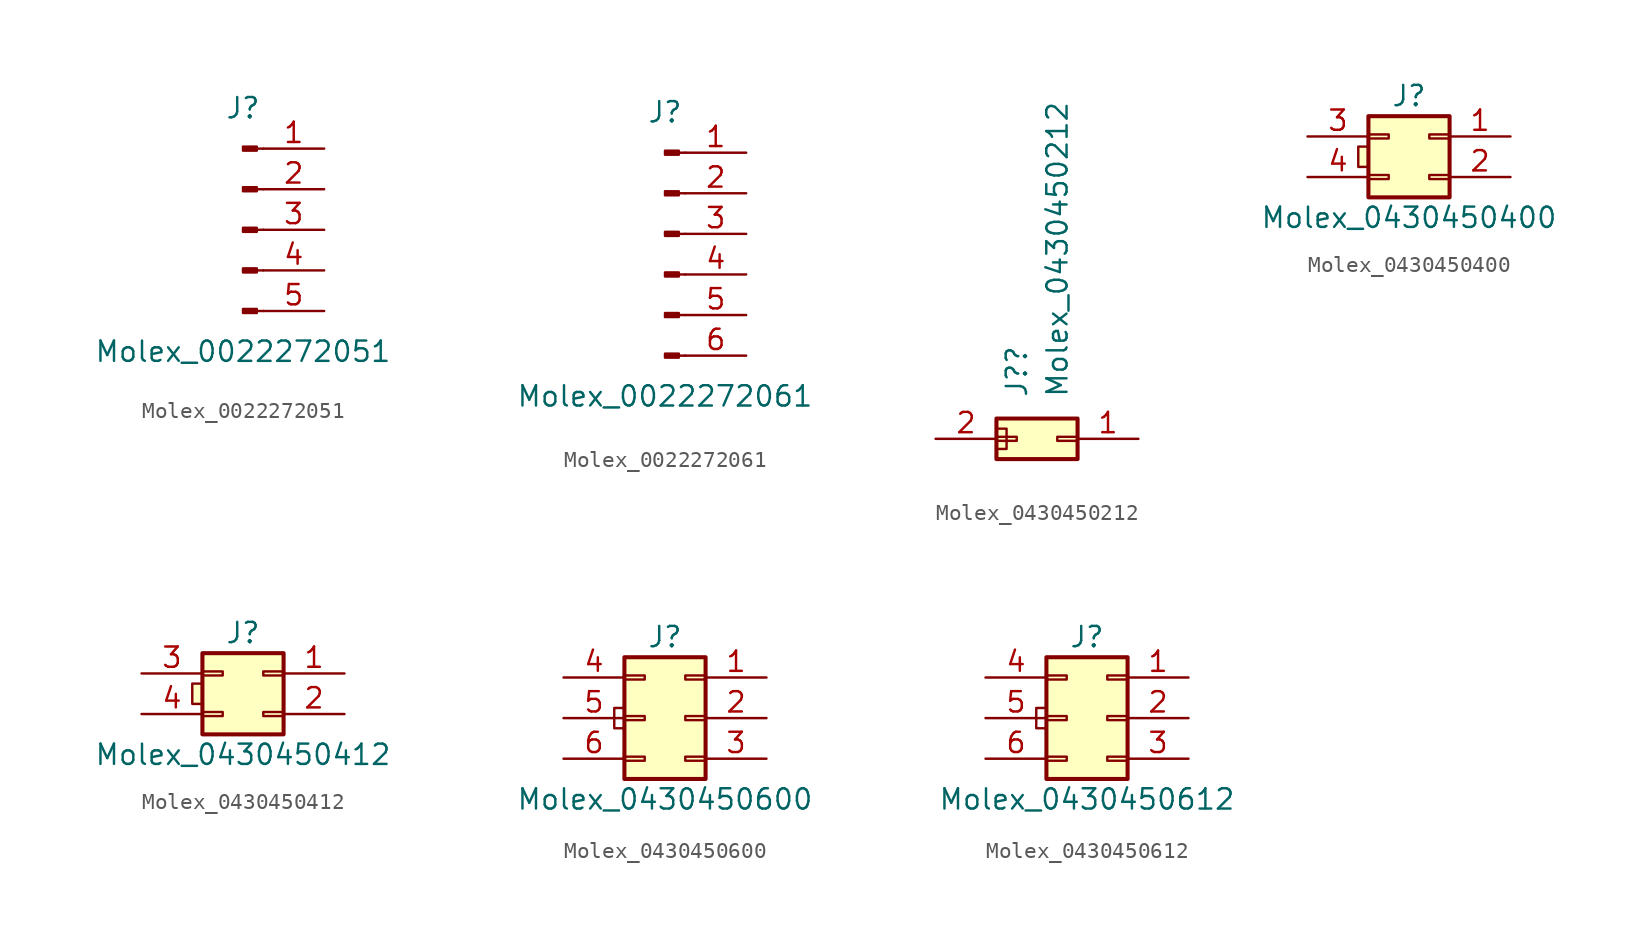
<source format=kicad_sym>
(kicad_symbol_lib
  (version 20231120)
  (generator "kicad_symbol_editor")
  (generator_version "8.0")
  (symbol "Molex_0022272051"
    (pin_names
      (offset 1.27))
    (property "Reference" "J"
      (at 0 7.62 0)
      (effects (font (size 1.27 1.27))))
    (property "Value" "Molex_0022272051"
      (at 0 -7.62 0)
      (effects (font (size 1.27 1.27))))
    (symbol "Molex_0022272051_1_1"
      (polyline (pts (xy 1.27 -5.08) (xy 0.864 -5.08)) (stroke (width 0.152) (type default)) (fill (type none)))
      (polyline (pts (xy 1.27 -2.54) (xy 0.864 -2.54)) (stroke (width 0.152) (type default)) (fill (type none)))
      (polyline (pts (xy 1.27 0) (xy 0.864 0)) (stroke (width 0.152) (type default)) (fill (type none)))
      (polyline (pts (xy 1.27 2.54) (xy 0.864 2.54)) (stroke (width 0.152) (type default)) (fill (type none)))
      (polyline (pts (xy 1.27 5.08) (xy 0.864 5.08)) (stroke (width 0.152) (type default)) (fill (type none)))
      (rectangle (start 0.864 -4.953) (end 0 -5.207) (stroke (width 0.152) (type default)) (fill (type outline)))
      (rectangle (start 0.864 -2.413) (end 0 -2.667) (stroke (width 0.152) (type default)) (fill (type outline)))
      (rectangle (start 0.864 0.127) (end 0 -0.127) (stroke (width 0.152) (type default)) (fill (type outline)))
      (rectangle (start 0.864 2.667) (end 0 2.413) (stroke (width 0.152) (type default)) (fill (type outline)))
      (rectangle (start 0.864 5.207) (end 0 4.953) (stroke (width 0.152) (type default)) (fill (type outline)))
      (pin passive line (at 5.08 5.08 180) (length 3.81) (name "" (effects (font (size 1.27 1.27)))) (number "1" (effects (font (size 1.27 1.27)))))
      (pin passive line (at 5.08 2.54 180) (length 3.81) (name "" (effects (font (size 1.27 1.27)))) (number "2" (effects (font (size 1.27 1.27)))))
      (pin passive line (at 5.08 0 180) (length 3.81) (name "" (effects (font (size 1.27 1.27)))) (number "3" (effects (font (size 1.27 1.27)))))
      (pin passive line (at 5.08 -2.54 180) (length 3.81) (name "" (effects (font (size 1.27 1.27)))) (number "4" (effects (font (size 1.27 1.27)))))
      (pin passive line (at 5.08 -5.08 180) (length 3.81) (name "" (effects (font (size 1.27 1.27)))) (number "5" (effects (font (size 1.27 1.27)))))))
  (symbol "Molex_0022272061"
    (pin_names
      (offset 1.016) hide)
    (property "Reference" "J"
      (at 0 7.62 0)
      (effects (font (size 1.27 1.27))))
    (property "Value" "Molex_0022272061"
      (at 0 -10.16 0)
      (effects (font (size 1.27 1.27))))
    (symbol "Molex_0022272061_1_1"
      (polyline (pts (xy 1.27 -7.62) (xy 0.864 -7.62)) (stroke (width 0.152) (type default)) (fill (type none)))
      (polyline (pts (xy 1.27 -5.08) (xy 0.864 -5.08)) (stroke (width 0.152) (type default)) (fill (type none)))
      (polyline (pts (xy 1.27 -2.54) (xy 0.864 -2.54)) (stroke (width 0.152) (type default)) (fill (type none)))
      (polyline (pts (xy 1.27 0) (xy 0.864 0)) (stroke (width 0.152) (type default)) (fill (type none)))
      (polyline (pts (xy 1.27 2.54) (xy 0.864 2.54)) (stroke (width 0.152) (type default)) (fill (type none)))
      (polyline (pts (xy 1.27 5.08) (xy 0.864 5.08)) (stroke (width 0.152) (type default)) (fill (type none)))
      (rectangle (start 0.864 -7.493) (end 0 -7.747) (stroke (width 0.152) (type default)) (fill (type outline)))
      (rectangle (start 0.864 -4.953) (end 0 -5.207) (stroke (width 0.152) (type default)) (fill (type outline)))
      (rectangle (start 0.864 -2.413) (end 0 -2.667) (stroke (width 0.152) (type default)) (fill (type outline)))
      (rectangle (start 0.864 0.127) (end 0 -0.127) (stroke (width 0.152) (type default)) (fill (type outline)))
      (rectangle (start 0.864 2.667) (end 0 2.413) (stroke (width 0.152) (type default)) (fill (type outline)))
      (rectangle (start 0.864 5.207) (end 0 4.953) (stroke (width 0.152) (type default)) (fill (type outline)))
      (pin passive line (at 5.08 5.08 180) (length 3.81) (name "Pin_1" (effects (font (size 1.27 1.27)))) (number "1" (effects (font (size 1.27 1.27)))))
      (pin passive line (at 5.08 2.54 180) (length 3.81) (name "Pin_2" (effects (font (size 1.27 1.27)))) (number "2" (effects (font (size 1.27 1.27)))))
      (pin passive line (at 5.08 0 180) (length 3.81) (name "Pin_3" (effects (font (size 1.27 1.27)))) (number "3" (effects (font (size 1.27 1.27)))))
      (pin passive line (at 5.08 -2.54 180) (length 3.81) (name "Pin_4" (effects (font (size 1.27 1.27)))) (number "4" (effects (font (size 1.27 1.27)))))
      (pin passive line (at 5.08 -5.08 180) (length 3.81) (name "Pin_5" (effects (font (size 1.27 1.27)))) (number "5" (effects (font (size 1.27 1.27)))))
      (pin passive line (at 5.08 -7.62 180) (length 3.81) (name "Pin_6" (effects (font (size 1.27 1.27)))) (number "6" (effects (font (size 1.27 1.27)))))))
  (symbol "Molex_0430450212"
    (pin_names
      (offset 1.016) hide)
    (property "Reference" "J?"
      (at 0 2.54 90)
      (effects (font (size 1.27 1.27)) (justify left)))
    (property "Value" "Molex_0430450212"
      (at 2.54 2.54 90)
      (effects (font (size 1.27 1.27)) (justify left)))
    (symbol "Molex_0430450212_0_1"
      (rectangle (start -0.635 0.635) (end -1.27 -0.635) (stroke (width 0.152) (type default)) (fill (type background))))
    (symbol "Molex_0430450212_1_1"
      (rectangle (start -1.27 1.27) (end 3.81 -1.27) (stroke (width 0.254) (type default)) (fill (type background)))
      (rectangle (start 0 -0.127) (end -1.27 0.127) (stroke (width 0.152) (type default)) (fill (type none)))
      (rectangle (start 2.54 -0.127) (end 3.81 0.127) (stroke (width 0.152) (type default)) (fill (type none)))
      (pin passive line (at 7.62 0 180) (length 3.81) (name "Pin_1" (effects (font (size 1.27 1.27)))) (number "1" (effects (font (size 1.27 1.27)))))
      (pin passive line (at -5.08 0 0) (length 3.81) (name "Pin_3" (effects (font (size 1.27 1.27)))) (number "2" (effects (font (size 1.27 1.27)))))))
  (symbol "Molex_0430450400"
    (pin_names
      (offset 1.016) hide)
    (property "Reference" "J"
      (at 1.27 2.54 0)
      (effects (font (size 1.27 1.27))))
    (property "Value" "Molex_0430450400"
      (at 1.27 -5.08 0)
      (effects (font (size 1.27 1.27))))
    (symbol "Molex_0430450400_0_1"
      (rectangle (start -1.27 -0.635) (end -1.905 -1.905) (stroke (width 0.152) (type default)) (fill (type background))))
    (symbol "Molex_0430450400_1_1"
      (rectangle (start -1.27 -3.81) (end 3.81 1.27) (stroke (width 0.254) (type default)) (fill (type background)))
      (rectangle (start 0 -2.667) (end -1.27 -2.413) (stroke (width 0.152) (type default)) (fill (type none)))
      (rectangle (start 0 -0.127) (end -1.27 0.127) (stroke (width 0.152) (type default)) (fill (type none)))
      (rectangle (start 2.54 -2.667) (end 3.81 -2.413) (stroke (width 0.152) (type default)) (fill (type none)))
      (rectangle (start 2.54 -0.127) (end 3.81 0.127) (stroke (width 0.152) (type default)) (fill (type none)))
      (pin passive line (at 7.62 0 180) (length 3.81) (name "Pin_1" (effects (font (size 1.27 1.27)))) (number "1" (effects (font (size 1.27 1.27)))))
      (pin passive line (at 7.62 -2.54 180) (length 3.81) (name "Pin_2" (effects (font (size 1.27 1.27)))) (number "2" (effects (font (size 1.27 1.27)))))
      (pin passive line (at -5.08 0 0) (length 3.81) (name "Pin_3" (effects (font (size 1.27 1.27)))) (number "3" (effects (font (size 1.27 1.27)))))
      (pin passive line (at -5.08 -2.54 0) (length 3.81) (name "Pin_4" (effects (font (size 1.27 1.27)))) (number "4" (effects (font (size 1.27 1.27)))))))
  (symbol "Molex_0430450412"
    (pin_names
      (offset 1.016) hide)
    (property "Reference" "J"
      (at 1.27 2.54 0)
      (effects (font (size 1.27 1.27))))
    (property "Value" "Molex_0430450412"
      (at 1.27 -5.08 0)
      (effects (font (size 1.27 1.27))))
    (symbol "Molex_0430450412_0_1"
      (rectangle (start -1.27 -0.635) (end -1.905 -1.905) (stroke (width 0.152) (type default)) (fill (type background))))
    (symbol "Molex_0430450412_1_1"
      (rectangle (start -1.27 -3.81) (end 3.81 1.27) (stroke (width 0.254) (type default)) (fill (type background)))
      (rectangle (start 0 -2.667) (end -1.27 -2.413) (stroke (width 0.152) (type default)) (fill (type none)))
      (rectangle (start 0 -0.127) (end -1.27 0.127) (stroke (width 0.152) (type default)) (fill (type none)))
      (rectangle (start 2.54 -2.667) (end 3.81 -2.413) (stroke (width 0.152) (type default)) (fill (type none)))
      (rectangle (start 2.54 -0.127) (end 3.81 0.127) (stroke (width 0.152) (type default)) (fill (type none)))
      (pin passive line (at 7.62 0 180) (length 3.81) (name "Pin_1" (effects (font (size 1.27 1.27)))) (number "1" (effects (font (size 1.27 1.27)))))
      (pin passive line (at 7.62 -2.54 180) (length 3.81) (name "Pin_2" (effects (font (size 1.27 1.27)))) (number "2" (effects (font (size 1.27 1.27)))))
      (pin passive line (at -5.08 0 0) (length 3.81) (name "Pin_3" (effects (font (size 1.27 1.27)))) (number "3" (effects (font (size 1.27 1.27)))))
      (pin passive line (at -5.08 -2.54 0) (length 3.81) (name "Pin_4" (effects (font (size 1.27 1.27)))) (number "4" (effects (font (size 1.27 1.27)))))))
  (symbol "Molex_0430450600"
    (pin_names
      (offset 1.016) hide)
    (property "Reference" "J"
      (at 1.27 5.08 0)
      (effects (font (size 1.27 1.27))))
    (property "Value" "Molex_0430450600"
      (at 1.27 -5.08 0)
      (effects (font (size 1.27 1.27))))
    (symbol "Molex_0430450600_0_1"
      (rectangle (start -1.27 0.635) (end -1.905 -0.635) (stroke (width 0.152) (type default)) (fill (type none))))
    (symbol "Molex_0430450600_1_1"
      (rectangle (start -1.27 -3.81) (end 3.81 3.81) (stroke (width 0.254) (type default)) (fill (type background)))
      (rectangle (start 0 -2.667) (end -1.27 -2.413) (stroke (width 0.152) (type default)) (fill (type none)))
      (rectangle (start 0 -0.127) (end -1.27 0.127) (stroke (width 0.152) (type default)) (fill (type none)))
      (rectangle (start 0 2.413) (end -1.27 2.667) (stroke (width 0.152) (type default)) (fill (type none)))
      (rectangle (start 2.54 -2.667) (end 3.81 -2.413) (stroke (width 0.152) (type default)) (fill (type none)))
      (rectangle (start 2.54 -0.127) (end 3.81 0.127) (stroke (width 0.152) (type default)) (fill (type none)))
      (rectangle (start 2.54 2.413) (end 3.81 2.667) (stroke (width 0.152) (type default)) (fill (type none)))
      (pin passive line (at 7.62 2.54 180) (length 3.81) (name "Pin_1" (effects (font (size 1.27 1.27)))) (number "1" (effects (font (size 1.27 1.27)))))
      (pin passive line (at 7.62 0 180) (length 3.81) (name "Pin_2" (effects (font (size 1.27 1.27)))) (number "2" (effects (font (size 1.27 1.27)))))
      (pin passive line (at 7.62 -2.54 180) (length 3.81) (name "Pin_3" (effects (font (size 1.27 1.27)))) (number "3" (effects (font (size 1.27 1.27)))))
      (pin passive line (at -5.08 2.54 0) (length 3.81) (name "Pin_4" (effects (font (size 1.27 1.27)))) (number "4" (effects (font (size 1.27 1.27)))))
      (pin passive line (at -5.08 0 0) (length 3.81) (name "Pin_5" (effects (font (size 1.27 1.27)))) (number "5" (effects (font (size 1.27 1.27)))))
      (pin passive line (at -5.08 -2.54 0) (length 3.81) (name "Pin_6" (effects (font (size 1.27 1.27)))) (number "6" (effects (font (size 1.27 1.27)))))))
  (symbol "Molex_0430450612"
    (pin_names
      (offset 1.016) hide)
    (property "Reference" "J"
      (at 1.27 5.08 0)
      (effects (font (size 1.27 1.27))))
    (property "Value" "Molex_0430450612"
      (at 1.27 -5.08 0)
      (effects (font (size 1.27 1.27))))
    (symbol "Molex_0430450612_0_1"
      (rectangle (start -1.27 0.635) (end -1.905 -0.635) (stroke (width 0.152) (type default)) (fill (type none))))
    (symbol "Molex_0430450612_1_1"
      (rectangle (start -1.27 -3.81) (end 3.81 3.81) (stroke (width 0.254) (type default)) (fill (type background)))
      (rectangle (start 0 -2.667) (end -1.27 -2.413) (stroke (width 0.152) (type default)) (fill (type none)))
      (rectangle (start 0 -0.127) (end -1.27 0.127) (stroke (width 0.152) (type default)) (fill (type none)))
      (rectangle (start 0 2.413) (end -1.27 2.667) (stroke (width 0.152) (type default)) (fill (type none)))
      (rectangle (start 2.54 -2.667) (end 3.81 -2.413) (stroke (width 0.152) (type default)) (fill (type none)))
      (rectangle (start 2.54 -0.127) (end 3.81 0.127) (stroke (width 0.152) (type default)) (fill (type none)))
      (rectangle (start 2.54 2.413) (end 3.81 2.667) (stroke (width 0.152) (type default)) (fill (type none)))
      (pin passive line (at 7.62 2.54 180) (length 3.81) (name "Pin_1" (effects (font (size 1.27 1.27)))) (number "1" (effects (font (size 1.27 1.27)))))
      (pin passive line (at 7.62 0 180) (length 3.81) (name "Pin_2" (effects (font (size 1.27 1.27)))) (number "2" (effects (font (size 1.27 1.27)))))
      (pin passive line (at 7.62 -2.54 180) (length 3.81) (name "Pin_3" (effects (font (size 1.27 1.27)))) (number "3" (effects (font (size 1.27 1.27)))))
      (pin passive line (at -5.08 2.54 0) (length 3.81) (name "Pin_4" (effects (font (size 1.27 1.27)))) (number "4" (effects (font (size 1.27 1.27)))))
      (pin passive line (at -5.08 0 0) (length 3.81) (name "Pin_5" (effects (font (size 1.27 1.27)))) (number "5" (effects (font (size 1.27 1.27)))))
      (pin passive line (at -5.08 -2.54 0) (length 3.81) (name "Pin_6" (effects (font (size 1.27 1.27)))) (number "6" (effects (font (size 1.27 1.27))))))))
</source>
